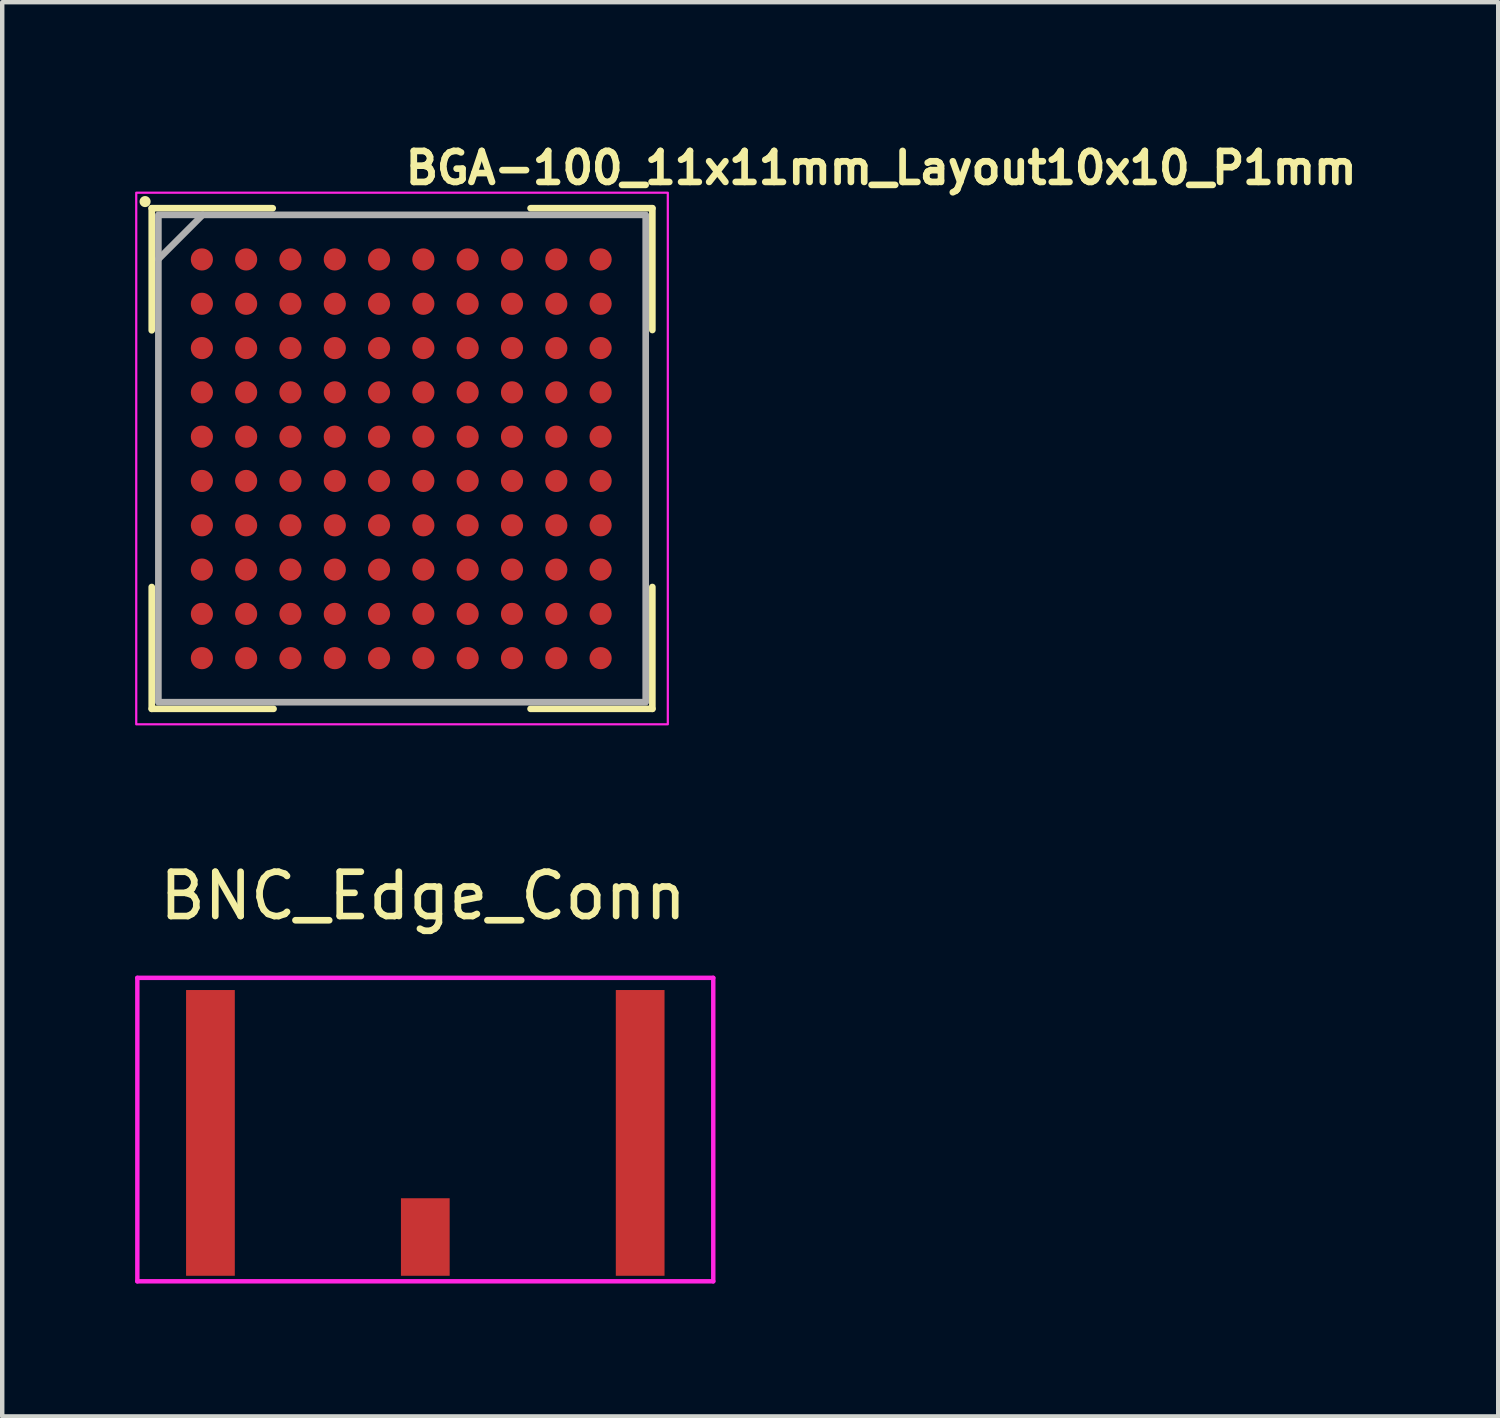
<source format=kicad_pcb>
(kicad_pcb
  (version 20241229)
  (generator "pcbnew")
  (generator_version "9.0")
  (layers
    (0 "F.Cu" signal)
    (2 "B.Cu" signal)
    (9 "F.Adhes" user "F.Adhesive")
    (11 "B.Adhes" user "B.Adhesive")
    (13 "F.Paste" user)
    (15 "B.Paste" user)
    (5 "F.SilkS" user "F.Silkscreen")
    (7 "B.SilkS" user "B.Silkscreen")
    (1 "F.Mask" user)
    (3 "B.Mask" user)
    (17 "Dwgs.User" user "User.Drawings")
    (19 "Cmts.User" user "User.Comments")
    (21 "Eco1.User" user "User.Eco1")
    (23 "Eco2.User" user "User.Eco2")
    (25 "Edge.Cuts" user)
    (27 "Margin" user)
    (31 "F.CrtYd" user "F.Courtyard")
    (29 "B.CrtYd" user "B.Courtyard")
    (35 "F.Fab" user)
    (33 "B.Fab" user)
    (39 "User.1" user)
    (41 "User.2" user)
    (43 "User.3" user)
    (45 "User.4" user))
  (footprint "BNC_Edge_Conn"
    (layer "F.Cu")
    (at 6.55 24.872)
    (property "Reference" "BNC_Edge_Conn" (at -0.05 -7.7 0) (layer "F.SilkS") (effects (font (size 1 1) (thickness 0.15))))
    (attr through_hole)
    (fp_line (start -6.5 -5.85) (end -6.5 1) (stroke (width 0.1) (type solid)) (layer "F.CrtYd"))
    (fp_line (start 6.5 -5.85) (end -6.5 -5.85) (stroke (width 0.1) (type solid)) (layer "F.CrtYd"))
    (fp_line (start 6.5 1) (end -6.5 1) (stroke (width 0.1) (type solid)) (layer "F.CrtYd"))
    (fp_line (start 6.5 1) (end 6.5 -5.85) (stroke (width 0.1) (type solid)) (layer "F.CrtYd"))
    (pad "1" smd rect (at -4.85 -2.35) (size 1.1 6.45) (layers "F.Cu" "F.Mask" "F.Paste"))
    (pad "1" smd rect (at 4.85 -2.35) (size 1.1 6.45) (layers "F.Cu" "F.Mask" "F.Paste"))
    (pad "2" smd rect (at 0 0) (size 1.1 1.75) (layers "F.Cu" "F.Mask" "F.Paste")))
  (footprint "BGA-100_11x11mm_Layout10x10_P1mm"
    (layer "F.Cu")
    (at 6.025 7.3)
    (property "Reference" "BGA-100_11x11mm_Layout10x10_P1mm" (at 0 -6.15 0) (layer "F.SilkS") (effects (font (size 0.7 0.7) (thickness 0.15)) (justify left bottom)))
    (attr smd)
    (fp_line (start -5.65 -5.65) (end -5.65 -2.894) (stroke (width 0.15) (type solid)) (layer "F.SilkS"))
    (fp_line (start -5.65 5.65) (end -5.65 2.9) (stroke (width 0.15) (type solid)) (layer "F.SilkS"))
    (fp_line (start -2.919 -5.65) (end -5.65 -5.65) (stroke (width 0.15) (type solid)) (layer "F.SilkS"))
    (fp_line (start -2.9 5.65) (end -5.65 5.65) (stroke (width 0.15) (type solid)) (layer "F.SilkS"))
    (fp_line (start 2.901 -5.65) (end 5.65 -5.65) (stroke (width 0.15) (type solid)) (layer "F.SilkS"))
    (fp_line (start 2.901 5.65) (end 5.65 5.65) (stroke (width 0.15) (type solid)) (layer "F.SilkS"))
    (fp_line (start 5.65 -5.65) (end 5.65 -2.901) (stroke (width 0.15) (type solid)) (layer "F.SilkS"))
    (fp_line (start 5.65 5.65) (end 5.65 2.9) (stroke (width 0.15) (type solid)) (layer "F.SilkS"))
    (fp_circle (center -5.8 -5.8) (end -5.75 -5.8) (stroke (width 0.15) (type solid)) (fill yes) (layer "F.SilkS"))
    (fp_rect (start -6 -6) (end 5.999 5.999) (stroke (width 0.05) (type solid)) (fill no) (layer "F.CrtYd"))
    (fp_line (start -4.5 -5.5) (end -5.5 -4.5) (stroke (width 0.15) (type solid)) (layer "F.Fab"))
    (fp_rect (start 5.5 5.5) (end -5.5 -5.5) (stroke (width 0.15) (type solid)) (fill no) (layer "F.Fab"))
    (fp_rect (start -5.5 -5.5) (end 5.499 5.499) (stroke (width 0.1) (type solid)) (fill no) (layer "User.5"))
    (fp_line (start -5.5 -5.5) (end -5.5 5.499) (stroke (width 0.02) (type solid)) (layer "User.9"))
    (fp_line (start -5.5 5.499) (end 5.499 5.499) (stroke (width 0.02) (type solid)) (layer "User.9"))
    (fp_line (start 5.499 -5.5) (end -5.5 -5.5) (stroke (width 0.02) (type solid)) (layer "User.9"))
    (fp_line (start 5.499 5.499) (end 5.499 -5.5) (stroke (width 0.02) (type solid)) (layer "User.9"))
    (fp_circle (center -4.5 -4.5) (end -4.175 -4.475) (stroke (width 0.02) (type solid)) (fill no) (layer "User.9"))
    (pad "A1" smd circle (at -4.518 -4.494) (size 0.5 0.5) (layers "F.Cu" "F.Mask" "F.Paste"))
    (pad "A2" smd circle (at -3.519 -4.494) (size 0.5 0.5) (layers "F.Cu" "F.Mask" "F.Paste"))
    (pad "A3" smd circle (at -2.519 -4.494) (size 0.5 0.5) (layers "F.Cu" "F.Mask" "F.Paste"))
    (pad "A4" smd circle (at -1.518 -4.494) (size 0.5 0.5) (layers "F.Cu" "F.Mask" "F.Paste"))
    (pad "A5" smd circle (at -0.519 -4.494) (size 0.5 0.5) (layers "F.Cu" "F.Mask" "F.Paste"))
    (pad "A6" smd circle (at 0.481 -4.494) (size 0.5 0.5) (layers "F.Cu" "F.Mask" "F.Paste"))
    (pad "A7" smd circle (at 1.481 -4.494) (size 0.5 0.5) (layers "F.Cu" "F.Mask" "F.Paste"))
    (pad "A8" smd circle (at 2.482 -4.494) (size 0.5 0.5) (layers "F.Cu" "F.Mask" "F.Paste"))
    (pad "A9" smd circle (at 3.482 -4.494) (size 0.5 0.5) (layers "F.Cu" "F.Mask" "F.Paste"))
    (pad "A10" smd circle (at 4.482 -4.494) (size 0.5 0.5) (layers "F.Cu" "F.Mask" "F.Paste"))
    (pad "B1" smd circle (at -4.518 -3.493) (size 0.5 0.5) (layers "F.Cu" "F.Mask" "F.Paste"))
    (pad "B2" smd circle (at -3.519 -3.493) (size 0.5 0.5) (layers "F.Cu" "F.Mask" "F.Paste"))
    (pad "B3" smd circle (at -2.519 -3.493) (size 0.5 0.5) (layers "F.Cu" "F.Mask" "F.Paste"))
    (pad "B4" smd circle (at -1.518 -3.493) (size 0.5 0.5) (layers "F.Cu" "F.Mask" "F.Paste"))
    (pad "B5" smd circle (at -0.519 -3.493) (size 0.5 0.5) (layers "F.Cu" "F.Mask" "F.Paste"))
    (pad "B6" smd circle (at 0.481 -3.493) (size 0.5 0.5) (layers "F.Cu" "F.Mask" "F.Paste"))
    (pad "B7" smd circle (at 1.481 -3.493) (size 0.5 0.5) (layers "F.Cu" "F.Mask" "F.Paste"))
    (pad "B8" smd circle (at 2.482 -3.493) (size 0.5 0.5) (layers "F.Cu" "F.Mask" "F.Paste"))
    (pad "B9" smd circle (at 3.482 -3.493) (size 0.5 0.5) (layers "F.Cu" "F.Mask" "F.Paste"))
    (pad "B10" smd circle (at 4.482 -3.493) (size 0.5 0.5) (layers "F.Cu" "F.Mask" "F.Paste"))
    (pad "C1" smd circle (at -4.518 -2.493) (size 0.5 0.5) (layers "F.Cu" "F.Mask" "F.Paste"))
    (pad "C2" smd circle (at -3.519 -2.493) (size 0.5 0.5) (layers "F.Cu" "F.Mask" "F.Paste"))
    (pad "C3" smd circle (at -2.519 -2.493) (size 0.5 0.5) (layers "F.Cu" "F.Mask" "F.Paste"))
    (pad "C4" smd circle (at -1.518 -2.493) (size 0.5 0.5) (layers "F.Cu" "F.Mask" "F.Paste"))
    (pad "C5" smd circle (at -0.519 -2.493) (size 0.5 0.5) (layers "F.Cu" "F.Mask" "F.Paste"))
    (pad "C6" smd circle (at 0.481 -2.493) (size 0.5 0.5) (layers "F.Cu" "F.Mask" "F.Paste"))
    (pad "C7" smd circle (at 1.481 -2.493) (size 0.5 0.5) (layers "F.Cu" "F.Mask" "F.Paste"))
    (pad "C8" smd circle (at 2.482 -2.493) (size 0.5 0.5) (layers "F.Cu" "F.Mask" "F.Paste"))
    (pad "C9" smd circle (at 3.482 -2.493) (size 0.5 0.5) (layers "F.Cu" "F.Mask" "F.Paste"))
    (pad "C10" smd circle (at 4.482 -2.493) (size 0.5 0.5) (layers "F.Cu" "F.Mask" "F.Paste"))
    (pad "D1" smd circle (at -4.518 -1.494) (size 0.5 0.5) (layers "F.Cu" "F.Mask" "F.Paste"))
    (pad "D2" smd circle (at -3.519 -1.494) (size 0.5 0.5) (layers "F.Cu" "F.Mask" "F.Paste"))
    (pad "D3" smd circle (at -2.519 -1.494) (size 0.5 0.5) (layers "F.Cu" "F.Mask" "F.Paste"))
    (pad "D4" smd circle (at -1.518 -1.494) (size 0.5 0.5) (layers "F.Cu" "F.Mask" "F.Paste"))
    (pad "D5" smd circle (at -0.519 -1.494) (size 0.5 0.5) (layers "F.Cu" "F.Mask" "F.Paste"))
    (pad "D6" smd circle (at 0.481 -1.494) (size 0.5 0.5) (layers "F.Cu" "F.Mask" "F.Paste"))
    (pad "D7" smd circle (at 1.481 -1.494) (size 0.5 0.5) (layers "F.Cu" "F.Mask" "F.Paste"))
    (pad "D8" smd circle (at 2.482 -1.494) (size 0.5 0.5) (layers "F.Cu" "F.Mask" "F.Paste"))
    (pad "D9" smd circle (at 3.482 -1.494) (size 0.5 0.5) (layers "F.Cu" "F.Mask" "F.Paste"))
    (pad "D10" smd circle (at 4.482 -1.494) (size 0.5 0.5) (layers "F.Cu" "F.Mask" "F.Paste"))
    (pad "E1" smd circle (at -4.518 -0.493) (size 0.5 0.5) (layers "F.Cu" "F.Mask" "F.Paste"))
    (pad "E2" smd circle (at -3.519 -0.493) (size 0.5 0.5) (layers "F.Cu" "F.Mask" "F.Paste"))
    (pad "E3" smd circle (at -2.519 -0.493) (size 0.5 0.5) (layers "F.Cu" "F.Mask" "F.Paste"))
    (pad "E4" smd circle (at -1.518 -0.493) (size 0.5 0.5) (layers "F.Cu" "F.Mask" "F.Paste"))
    (pad "E5" smd circle (at -0.519 -0.493) (size 0.5 0.5) (layers "F.Cu" "F.Mask" "F.Paste"))
    (pad "E6" smd circle (at 0.481 -0.493) (size 0.5 0.5) (layers "F.Cu" "F.Mask" "F.Paste"))
    (pad "E7" smd circle (at 1.481 -0.493) (size 0.5 0.5) (layers "F.Cu" "F.Mask" "F.Paste"))
    (pad "E8" smd circle (at 2.482 -0.493) (size 0.5 0.5) (layers "F.Cu" "F.Mask" "F.Paste"))
    (pad "E9" smd circle (at 3.482 -0.493) (size 0.5 0.5) (layers "F.Cu" "F.Mask" "F.Paste"))
    (pad "E10" smd circle (at 4.482 -0.493) (size 0.5 0.5) (layers "F.Cu" "F.Mask" "F.Paste"))
    (pad "F1" smd circle (at -4.518 0.506) (size 0.5 0.5) (layers "F.Cu" "F.Mask" "F.Paste"))
    (pad "F2" smd circle (at -3.519 0.506) (size 0.5 0.5) (layers "F.Cu" "F.Mask" "F.Paste"))
    (pad "F3" smd circle (at -2.519 0.506) (size 0.5 0.5) (layers "F.Cu" "F.Mask" "F.Paste"))
    (pad "F4" smd circle (at -1.518 0.506) (size 0.5 0.5) (layers "F.Cu" "F.Mask" "F.Paste"))
    (pad "F5" smd circle (at -0.519 0.506) (size 0.5 0.5) (layers "F.Cu" "F.Mask" "F.Paste"))
    (pad "F6" smd circle (at 0.481 0.506) (size 0.5 0.5) (layers "F.Cu" "F.Mask" "F.Paste"))
    (pad "F7" smd circle (at 1.481 0.506) (size 0.5 0.5) (layers "F.Cu" "F.Mask" "F.Paste"))
    (pad "F8" smd circle (at 2.482 0.506) (size 0.5 0.5) (layers "F.Cu" "F.Mask" "F.Paste"))
    (pad "F9" smd circle (at 3.482 0.506) (size 0.5 0.5) (layers "F.Cu" "F.Mask" "F.Paste"))
    (pad "F10" smd circle (at 4.482 0.506) (size 0.5 0.5) (layers "F.Cu" "F.Mask" "F.Paste"))
    (pad "G1" smd circle (at -4.518 1.507) (size 0.5 0.5) (layers "F.Cu" "F.Mask" "F.Paste"))
    (pad "G2" smd circle (at -3.519 1.507) (size 0.5 0.5) (layers "F.Cu" "F.Mask" "F.Paste"))
    (pad "G3" smd circle (at -2.519 1.507) (size 0.5 0.5) (layers "F.Cu" "F.Mask" "F.Paste"))
    (pad "G4" smd circle (at -1.518 1.507) (size 0.5 0.5) (layers "F.Cu" "F.Mask" "F.Paste"))
    (pad "G5" smd circle (at -0.519 1.507) (size 0.5 0.5) (layers "F.Cu" "F.Mask" "F.Paste"))
    (pad "G6" smd circle (at 0.481 1.507) (size 0.5 0.5) (layers "F.Cu" "F.Mask" "F.Paste"))
    (pad "G7" smd circle (at 1.481 1.507) (size 0.5 0.5) (layers "F.Cu" "F.Mask" "F.Paste"))
    (pad "G8" smd circle (at 2.482 1.507) (size 0.5 0.5) (layers "F.Cu" "F.Mask" "F.Paste"))
    (pad "G9" smd circle (at 3.482 1.507) (size 0.5 0.5) (layers "F.Cu" "F.Mask" "F.Paste"))
    (pad "G10" smd circle (at 4.482 1.507) (size 0.5 0.5) (layers "F.Cu" "F.Mask" "F.Paste"))
    (pad "H1" smd circle (at -4.518 2.507) (size 0.5 0.5) (layers "F.Cu" "F.Mask" "F.Paste"))
    (pad "H2" smd circle (at -3.519 2.507) (size 0.5 0.5) (layers "F.Cu" "F.Mask" "F.Paste"))
    (pad "H3" smd circle (at -2.519 2.507) (size 0.5 0.5) (layers "F.Cu" "F.Mask" "F.Paste"))
    (pad "H4" smd circle (at -1.518 2.507) (size 0.5 0.5) (layers "F.Cu" "F.Mask" "F.Paste"))
    (pad "H5" smd circle (at -0.519 2.507) (size 0.5 0.5) (layers "F.Cu" "F.Mask" "F.Paste"))
    (pad "H6" smd circle (at 0.481 2.507) (size 0.5 0.5) (layers "F.Cu" "F.Mask" "F.Paste"))
    (pad "H7" smd circle (at 1.481 2.507) (size 0.5 0.5) (layers "F.Cu" "F.Mask" "F.Paste"))
    (pad "H8" smd circle (at 2.482 2.507) (size 0.5 0.5) (layers "F.Cu" "F.Mask" "F.Paste"))
    (pad "H9" smd circle (at 3.482 2.507) (size 0.5 0.5) (layers "F.Cu" "F.Mask" "F.Paste"))
    (pad "H10" smd circle (at 4.482 2.507) (size 0.5 0.5) (layers "F.Cu" "F.Mask" "F.Paste"))
    (pad "J1" smd circle (at -4.518 3.507) (size 0.5 0.5) (layers "F.Cu" "F.Mask" "F.Paste"))
    (pad "J2" smd circle (at -3.519 3.507) (size 0.5 0.5) (layers "F.Cu" "F.Mask" "F.Paste"))
    (pad "J3" smd circle (at -2.519 3.507) (size 0.5 0.5) (layers "F.Cu" "F.Mask" "F.Paste"))
    (pad "J4" smd circle (at -1.518 3.507) (size 0.5 0.5) (layers "F.Cu" "F.Mask" "F.Paste"))
    (pad "J5" smd circle (at -0.519 3.507) (size 0.5 0.5) (layers "F.Cu" "F.Mask" "F.Paste"))
    (pad "J6" smd circle (at 0.481 3.507) (size 0.5 0.5) (layers "F.Cu" "F.Mask" "F.Paste"))
    (pad "J7" smd circle (at 1.481 3.507) (size 0.5 0.5) (layers "F.Cu" "F.Mask" "F.Paste"))
    (pad "J8" smd circle (at 2.482 3.507) (size 0.5 0.5) (layers "F.Cu" "F.Mask" "F.Paste"))
    (pad "J9" smd circle (at 3.482 3.507) (size 0.5 0.5) (layers "F.Cu" "F.Mask" "F.Paste"))
    (pad "J10" smd circle (at 4.482 3.507) (size 0.5 0.5) (layers "F.Cu" "F.Mask" "F.Paste"))
    (pad "K1" smd circle (at -4.518 4.506) (size 0.5 0.5) (layers "F.Cu" "F.Mask" "F.Paste"))
    (pad "K2" smd circle (at -3.519 4.506) (size 0.5 0.5) (layers "F.Cu" "F.Mask" "F.Paste"))
    (pad "K3" smd circle (at -2.519 4.506) (size 0.5 0.5) (layers "F.Cu" "F.Mask" "F.Paste"))
    (pad "K4" smd circle (at -1.518 4.506) (size 0.5 0.5) (layers "F.Cu" "F.Mask" "F.Paste"))
    (pad "K5" smd circle (at -0.519 4.506) (size 0.5 0.5) (layers "F.Cu" "F.Mask" "F.Paste"))
    (pad "K6" smd circle (at 0.481 4.506) (size 0.5 0.5) (layers "F.Cu" "F.Mask" "F.Paste"))
    (pad "K7" smd circle (at 1.481 4.506) (size 0.5 0.5) (layers "F.Cu" "F.Mask" "F.Paste"))
    (pad "K8" smd circle (at 2.482 4.506) (size 0.5 0.5) (layers "F.Cu" "F.Mask" "F.Paste"))
    (pad "K9" smd circle (at 3.482 4.506) (size 0.5 0.5) (layers "F.Cu" "F.Mask" "F.Paste"))
    (pad "K10" smd circle (at 4.482 4.506) (size 0.5 0.5) (layers "F.Cu" "F.Mask" "F.Paste")))
  (gr_rect
    (start -3 -3)
    (end 30.768 28.922)
    (stroke (width 0.1) (type default))
    (fill no)
    (layer "Edge.Cuts")))
</source>
